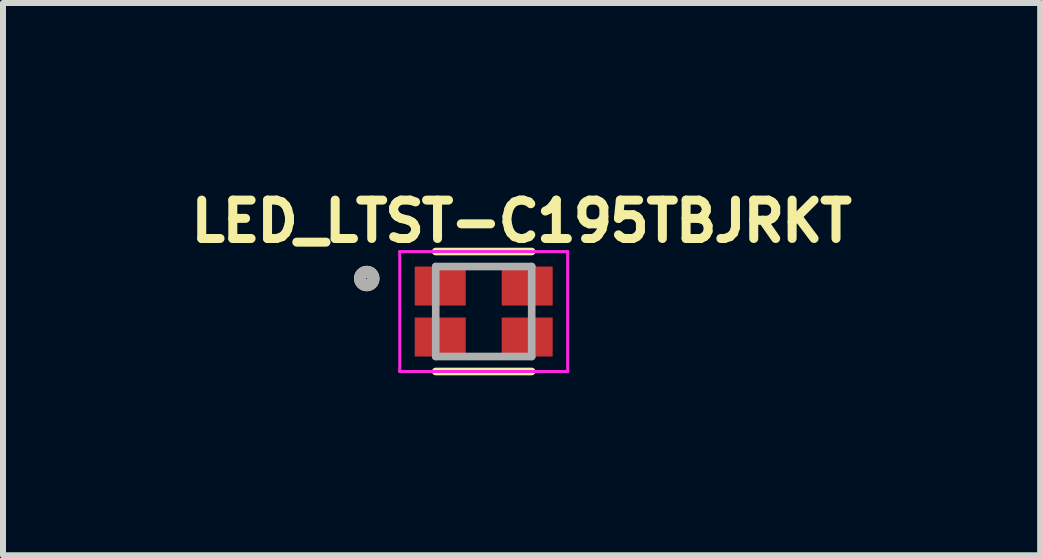
<source format=kicad_pcb>
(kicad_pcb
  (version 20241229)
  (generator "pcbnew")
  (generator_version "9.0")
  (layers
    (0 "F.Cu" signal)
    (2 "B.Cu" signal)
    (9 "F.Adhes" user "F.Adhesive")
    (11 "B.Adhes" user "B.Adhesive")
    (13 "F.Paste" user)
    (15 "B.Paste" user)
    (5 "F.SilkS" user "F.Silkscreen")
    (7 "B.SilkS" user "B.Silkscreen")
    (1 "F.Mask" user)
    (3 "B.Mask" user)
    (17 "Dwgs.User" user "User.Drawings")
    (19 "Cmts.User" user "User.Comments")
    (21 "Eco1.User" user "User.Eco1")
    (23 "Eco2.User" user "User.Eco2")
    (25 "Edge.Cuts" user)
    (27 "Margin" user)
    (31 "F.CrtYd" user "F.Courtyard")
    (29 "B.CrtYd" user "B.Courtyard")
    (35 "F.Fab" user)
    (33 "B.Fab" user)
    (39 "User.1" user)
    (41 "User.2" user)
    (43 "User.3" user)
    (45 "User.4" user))
  (footprint "LED_LTST-C195TBJRKT"
    (layer "F.Cu")
    (at 5.015 2.144)
    (property "Reference" "LED_LTST-C195TBJRKT" (at 0.632 -1.506 0) (layer "F.SilkS") (effects (font (size 0.64 0.64) (thickness 0.15))))
    (attr smd)
    (fp_line (start -0.8 -1) (end 0.8 -1) (stroke (width 0.127) (type solid)) (layer "F.SilkS"))
    (fp_line (start -0.8 1) (end 0.8 1) (stroke (width 0.127) (type solid)) (layer "F.SilkS"))
    (fp_circle (center -1.95 -0.55) (end -1.838 -0.55) (stroke (width 0.2) (type solid)) (fill no) (layer "F.SilkS"))
    (fp_line (start -1.4 -1) (end 1.4 -1) (stroke (width 0.05) (type solid)) (layer "F.CrtYd"))
    (fp_line (start -1.4 1) (end -1.4 -1) (stroke (width 0.05) (type solid)) (layer "F.CrtYd"))
    (fp_line (start 1.4 -1) (end 1.4 1) (stroke (width 0.05) (type solid)) (layer "F.CrtYd"))
    (fp_line (start 1.4 1) (end -1.4 1) (stroke (width 0.05) (type solid)) (layer "F.CrtYd"))
    (fp_line (start -0.8 -0.75) (end 0.8 -0.75) (stroke (width 0.127) (type solid)) (layer "F.Fab"))
    (fp_line (start -0.8 0.75) (end -0.8 -0.75) (stroke (width 0.127) (type solid)) (layer "F.Fab"))
    (fp_line (start 0.8 -0.75) (end 0.8 0.75) (stroke (width 0.127) (type solid)) (layer "F.Fab"))
    (fp_line (start 0.8 0.75) (end -0.8 0.75) (stroke (width 0.127) (type solid)) (layer "F.Fab"))
    (fp_circle (center -1.95 -0.55) (end -1.838 -0.55) (stroke (width 0.2) (type solid)) (fill no) (layer "F.Fab"))
    (pad "1" smd rect (at -0.725 -0.425) (size 0.85 0.65) (layers "F.Cu" "F.Mask" "F.Paste"))
    (pad "2" smd rect (at -0.725 0.425) (size 0.85 0.65) (layers "F.Cu" "F.Mask" "F.Paste"))
    (pad "3" smd rect (at 0.725 -0.425) (size 0.85 0.65) (layers "F.Cu" "F.Mask" "F.Paste"))
    (pad "4" smd rect (at 0.725 0.425) (size 0.85 0.65) (layers "F.Cu" "F.Mask" "F.Paste")))
  (gr_rect
    (start -3 -3)
    (end 14.293 6.208)
    (stroke (width 0.1) (type default))
    (fill no)
    (layer "Edge.Cuts")))
</source>
